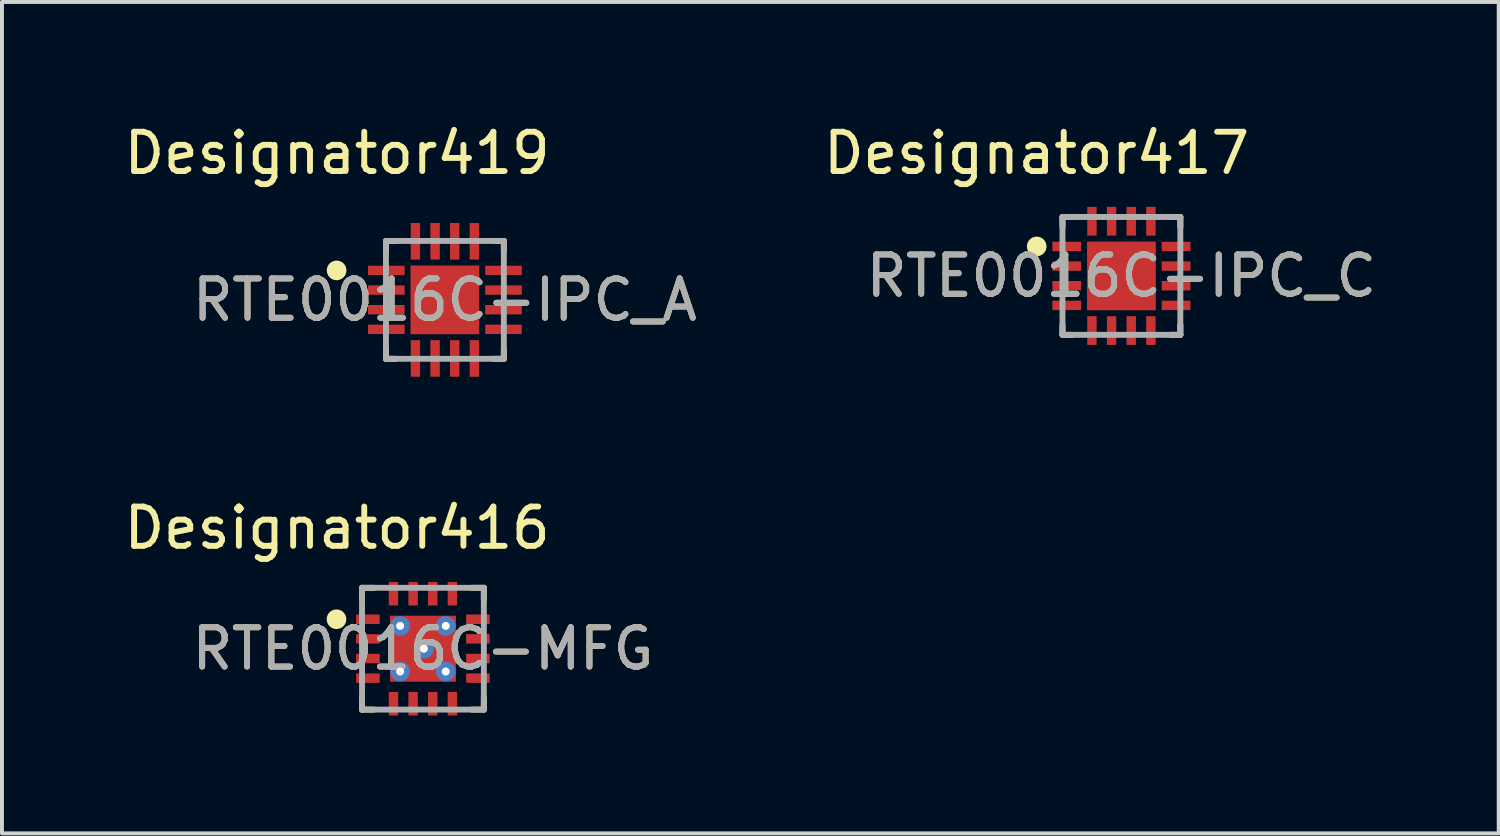
<source format=kicad_pcb>
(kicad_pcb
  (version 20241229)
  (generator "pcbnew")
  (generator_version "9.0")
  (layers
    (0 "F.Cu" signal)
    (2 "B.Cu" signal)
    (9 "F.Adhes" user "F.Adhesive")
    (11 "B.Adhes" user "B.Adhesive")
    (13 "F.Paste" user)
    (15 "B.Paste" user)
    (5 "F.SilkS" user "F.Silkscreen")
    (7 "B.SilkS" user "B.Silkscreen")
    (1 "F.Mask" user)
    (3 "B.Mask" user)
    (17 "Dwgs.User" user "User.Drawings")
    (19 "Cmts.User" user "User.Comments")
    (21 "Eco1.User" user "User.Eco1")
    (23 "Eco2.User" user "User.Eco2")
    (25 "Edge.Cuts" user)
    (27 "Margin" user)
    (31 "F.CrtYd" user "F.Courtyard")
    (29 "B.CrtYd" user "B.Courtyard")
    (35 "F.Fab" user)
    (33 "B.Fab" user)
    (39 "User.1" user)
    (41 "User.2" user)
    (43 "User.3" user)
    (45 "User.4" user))
  (footprint "RTE0016C-IPC_A"
    (layer "F.Cu")
    (at 8.273 4.582)
    (property "Reference" "RTE0016C-IPC_A" (at 0 0 0) (unlocked yes) (layer "F.SilkS") (effects (font (size 1 1) (thickness 0.15))))
    (attr smd)
    (fp_line (start -1.5 -1.5) (end -1.25 -1.5) (stroke (width 0.15) (type solid)) (layer "F.SilkS"))
    (fp_line (start -1.5 -1.25) (end -1.5 -1.5) (stroke (width 0.15) (type solid)) (layer "F.SilkS"))
    (fp_line (start -1.5 1.5) (end -1.5 1.25) (stroke (width 0.15) (type solid)) (layer "F.SilkS"))
    (fp_line (start -1.5 1.5) (end -1.25 1.5) (stroke (width 0.15) (type solid)) (layer "F.SilkS"))
    (fp_line (start 1.25 -1.5) (end 1.5 -1.5) (stroke (width 0.15) (type solid)) (layer "F.SilkS"))
    (fp_line (start 1.25 1.5) (end 1.5 1.5) (stroke (width 0.15) (type solid)) (layer "F.SilkS"))
    (fp_line (start 1.5 -1.25) (end 1.5 -1.5) (stroke (width 0.15) (type solid)) (layer "F.SilkS"))
    (fp_line (start 1.5 1.5) (end 1.5 1.25) (stroke (width 0.15) (type solid)) (layer "F.SilkS"))
    (fp_circle (center -2.756 -0.75) (end -2.631 -0.75) (stroke (width 0.25) (type solid)) (fill no) (layer "F.SilkS"))
    (fp_poly (pts (xy -0.553 0.553) (xy 0.553 0.553) (xy 0.553 -0.553) (xy -0.553 -0.553)) (stroke (width 0) (type solid)) (fill yes) (layer "F.Paste"))
    (fp_line (start -1.5 -1.5) (end 1.5 -1.5) (stroke (width 0.15) (type solid)) (layer "F.Fab"))
    (fp_line (start -1.5 1.5) (end -1.5 -1.5) (stroke (width 0.15) (type solid)) (layer "F.Fab"))
    (fp_line (start -1.5 1.5) (end 1.5 1.5) (stroke (width 0.15) (type solid)) (layer "F.Fab"))
    (fp_line (start 1.5 1.5) (end 1.5 -1.5) (stroke (width 0.15) (type solid)) (layer "F.Fab"))
    (fp_text user "Designator419" (at -2.743 -3.734 0) (unlocked yes) (layer "F.SilkS") (effects (font (size 1 1) (thickness 0.15))))
    (fp_text user "${REFERENCE}" (at 0 0 0) (unlocked yes) (layer "F.Fab") (effects (font (size 1 1) (thickness 0.15))))
    (pad "1" smd rect (at -1.491 -0.75 90) (size 0.239 0.931) (layers "F.Cu" "F.Mask" "F.Paste"))
    (pad "2" smd rect (at -1.491 -0.25 90) (size 0.239 0.931) (layers "F.Cu" "F.Mask" "F.Paste"))
    (pad "3" smd rect (at -1.491 0.25 90) (size 0.239 0.931) (layers "F.Cu" "F.Mask" "F.Paste"))
    (pad "4" smd rect (at -1.491 0.75 90) (size 0.239 0.931) (layers "F.Cu" "F.Mask" "F.Paste"))
    (pad "5" smd rect (at -0.75 1.491) (size 0.239 0.931) (layers "F.Cu" "F.Mask" "F.Paste"))
    (pad "6" smd rect (at -0.25 1.491) (size 0.239 0.931) (layers "F.Cu" "F.Mask" "F.Paste"))
    (pad "7" smd rect (at 0.25 1.491) (size 0.239 0.931) (layers "F.Cu" "F.Mask" "F.Paste"))
    (pad "8" smd rect (at 0.75 1.491) (size 0.239 0.931) (layers "F.Cu" "F.Mask" "F.Paste"))
    (pad "9" smd rect (at 1.491 0.75 90) (size 0.239 0.931) (layers "F.Cu" "F.Mask" "F.Paste"))
    (pad "10" smd rect (at 1.491 0.25 90) (size 0.239 0.931) (layers "F.Cu" "F.Mask" "F.Paste"))
    (pad "11" smd rect (at 1.491 -0.25 90) (size 0.239 0.931) (layers "F.Cu" "F.Mask" "F.Paste"))
    (pad "12" smd rect (at 1.491 -0.75 90) (size 0.239 0.931) (layers "F.Cu" "F.Mask" "F.Paste"))
    (pad "13" smd rect (at 0.75 -1.491) (size 0.239 0.931) (layers "F.Cu" "F.Mask" "F.Paste"))
    (pad "14" smd rect (at 0.25 -1.491) (size 0.239 0.931) (layers "F.Cu" "F.Mask" "F.Paste"))
    (pad "15" smd rect (at -0.25 -1.491) (size 0.239 0.931) (layers "F.Cu" "F.Mask" "F.Paste"))
    (pad "16" smd rect (at -0.75 -1.491) (size 0.239 0.931) (layers "F.Cu" "F.Mask" "F.Paste"))
    (pad "17" smd rect (at 0 0) (size 1.75 1.75) (layers "F.Cu" "F.Mask")))
  (footprint "RTE0016C-MFG"
    (layer "F.Cu")
    (at 7.714 13.46)
    (property "Reference" "RTE0016C-MFG" (at 0 0 0) (unlocked yes) (layer "F.SilkS") (effects (font (size 1 1) (thickness 0.15))))
    (attr smd)
    (fp_line (start -1.55 -1.55) (end -1.245 -1.55) (stroke (width 0.15) (type solid)) (layer "F.SilkS"))
    (fp_line (start -1.55 -1.245) (end -1.55 -1.55) (stroke (width 0.15) (type solid)) (layer "F.SilkS"))
    (fp_line (start -1.55 1.55) (end -1.55 1.245) (stroke (width 0.15) (type solid)) (layer "F.SilkS"))
    (fp_line (start -1.55 1.55) (end -1.245 1.55) (stroke (width 0.15) (type solid)) (layer "F.SilkS"))
    (fp_line (start 1.245 -1.55) (end 1.55 -1.55) (stroke (width 0.15) (type solid)) (layer "F.SilkS"))
    (fp_line (start 1.245 1.55) (end 1.55 1.55) (stroke (width 0.15) (type solid)) (layer "F.SilkS"))
    (fp_line (start 1.55 -1.245) (end 1.55 -1.55) (stroke (width 0.15) (type solid)) (layer "F.SilkS"))
    (fp_line (start 1.55 1.55) (end 1.55 1.245) (stroke (width 0.15) (type solid)) (layer "F.SilkS"))
    (fp_circle (center -2.2 -0.75) (end -2.075 -0.75) (stroke (width 0.25) (type solid)) (fill no) (layer "F.SilkS"))
    (fp_poly (pts (xy 0.775 -0.725) (xy 0.775 0.725) (xy 0.725 0.775) (xy -0.725 0.775) (xy -0.775 0.725) (xy -0.775 -0.725) (xy -0.725 -0.775) (xy 0.725 -0.775)) (stroke (width 0) (type solid)) (fill yes) (layer "F.Paste"))
    (fp_line (start -1.55 -1.55) (end 1.55 -1.55) (stroke (width 0.15) (type solid)) (layer "F.Fab"))
    (fp_line (start -1.55 1.55) (end -1.55 -1.55) (stroke (width 0.15) (type solid)) (layer "F.Fab"))
    (fp_line (start -1.55 1.55) (end 1.55 1.55) (stroke (width 0.15) (type solid)) (layer "F.Fab"))
    (fp_line (start 1.55 1.55) (end 1.55 -1.55) (stroke (width 0.15) (type solid)) (layer "F.Fab"))
    (fp_text user "Designator416" (at -2.184 -3.073 0) (unlocked yes) (layer "F.SilkS") (effects (font (size 1 1) (thickness 0.15))))
    (fp_text user "${REFERENCE}" (at 0 0 0) (unlocked yes) (layer "F.Fab") (effects (font (size 1 1) (thickness 0.15))))
    (pad "1" smd rect (at -1.4 -0.75) (size 0.6 0.24) (layers "F.Cu" "F.Mask" "F.Paste"))
    (pad "2" smd rect (at -1.4 -0.25) (size 0.6 0.24) (layers "F.Cu" "F.Mask" "F.Paste"))
    (pad "3" smd rect (at -1.4 0.25) (size 0.6 0.24) (layers "F.Cu" "F.Mask" "F.Paste"))
    (pad "4" smd rect (at -1.4 0.75) (size 0.6 0.24) (layers "F.Cu" "F.Mask" "F.Paste"))
    (pad "5" smd rect (at -0.75 1.4 90) (size 0.6 0.24) (layers "F.Cu" "F.Mask" "F.Paste"))
    (pad "6" smd rect (at -0.25 1.4 90) (size 0.6 0.24) (layers "F.Cu" "F.Mask" "F.Paste"))
    (pad "7" smd rect (at 0.25 1.4 90) (size 0.6 0.24) (layers "F.Cu" "F.Mask" "F.Paste"))
    (pad "8" smd rect (at 0.75 1.4 90) (size 0.6 0.24) (layers "F.Cu" "F.Mask" "F.Paste"))
    (pad "9" smd rect (at 1.4 0.75) (size 0.6 0.24) (layers "F.Cu" "F.Mask" "F.Paste"))
    (pad "10" smd rect (at 1.4 0.25) (size 0.6 0.24) (layers "F.Cu" "F.Mask" "F.Paste"))
    (pad "11" smd rect (at 1.4 -0.25) (size 0.6 0.24) (layers "F.Cu" "F.Mask" "F.Paste"))
    (pad "12" smd rect (at 1.4 -0.75) (size 0.6 0.24) (layers "F.Cu" "F.Mask" "F.Paste"))
    (pad "13" smd rect (at 0.75 -1.4 90) (size 0.6 0.24) (layers "F.Cu" "F.Mask" "F.Paste"))
    (pad "14" smd rect (at 0.25 -1.4 90) (size 0.6 0.24) (layers "F.Cu" "F.Mask" "F.Paste"))
    (pad "15" smd rect (at -0.25 -1.4 90) (size 0.6 0.24) (layers "F.Cu" "F.Mask" "F.Paste"))
    (pad "16" smd rect (at -0.75 -1.4 90) (size 0.6 0.24) (layers "F.Cu" "F.Mask" "F.Paste"))
    (pad "17" smd rect (at 0 0) (size 1.68 1.68) (layers "F.Cu" "F.Mask"))
    (pad "18" thru_hole circle (at -0.58 -0.58) (size 0.5 0.5) (drill 0.203) (layers "*.Cu" "*.Mask"))
    (pad "19" thru_hole circle (at 0.58 -0.58) (size 0.5 0.5) (drill 0.203) (layers "*.Cu" "*.Mask"))
    (pad "20" thru_hole circle (at -0.58 0.58) (size 0.5 0.5) (drill 0.203) (layers "*.Cu" "*.Mask"))
    (pad "21" thru_hole circle (at 0.58 0.58) (size 0.5 0.5) (drill 0.203) (layers "*.Cu" "*.Mask"))
    (pad "22" thru_hole circle (at 0.025 0) (size 0.5 0.5) (drill 0.203) (layers "*.Cu" "*.Mask")))
  (footprint "RTE0016C-IPC_C"
    (layer "F.Cu")
    (at 25.491 3.972)
    (property "Reference" "RTE0016C-IPC_C" (at 0 0 0) (unlocked yes) (layer "F.SilkS") (effects (font (size 1 1) (thickness 0.15))))
    (attr smd)
    (fp_line (start -1.5 -1.5) (end -1.25 -1.5) (stroke (width 0.15) (type solid)) (layer "F.SilkS"))
    (fp_line (start -1.5 -1.25) (end -1.5 -1.5) (stroke (width 0.15) (type solid)) (layer "F.SilkS"))
    (fp_line (start -1.5 1.5) (end -1.5 1.25) (stroke (width 0.15) (type solid)) (layer "F.SilkS"))
    (fp_line (start -1.5 1.5) (end -1.25 1.5) (stroke (width 0.15) (type solid)) (layer "F.SilkS"))
    (fp_line (start 1.25 -1.5) (end 1.5 -1.5) (stroke (width 0.15) (type solid)) (layer "F.SilkS"))
    (fp_line (start 1.25 1.5) (end 1.5 1.5) (stroke (width 0.15) (type solid)) (layer "F.SilkS"))
    (fp_line (start 1.5 -1.25) (end 1.5 -1.5) (stroke (width 0.15) (type solid)) (layer "F.SilkS"))
    (fp_line (start 1.5 1.5) (end 1.5 1.25) (stroke (width 0.15) (type solid)) (layer "F.SilkS"))
    (fp_circle (center -2.156 -0.75) (end -2.031 -0.75) (stroke (width 0.25) (type solid)) (fill no) (layer "F.SilkS"))
    (fp_poly (pts (xy -0.553 0.553) (xy 0.553 0.553) (xy 0.553 -0.553) (xy -0.553 -0.553)) (stroke (width 0) (type solid)) (fill yes) (layer "F.Paste"))
    (fp_line (start -1.5 -1.5) (end 1.5 -1.5) (stroke (width 0.15) (type solid)) (layer "F.Fab"))
    (fp_line (start -1.5 1.5) (end -1.5 -1.5) (stroke (width 0.15) (type solid)) (layer "F.Fab"))
    (fp_line (start -1.5 1.5) (end 1.5 1.5) (stroke (width 0.15) (type solid)) (layer "F.Fab"))
    (fp_line (start 1.5 1.5) (end 1.5 -1.5) (stroke (width 0.15) (type solid)) (layer "F.Fab"))
    (fp_text user "Designator417" (at -2.159 -3.124 0) (unlocked yes) (layer "F.SilkS") (effects (font (size 1 1) (thickness 0.15))))
    (fp_text user "${REFERENCE}" (at 0 0 0) (unlocked yes) (layer "F.Fab") (effects (font (size 1 1) (thickness 0.15))))
    (pad "1" smd rect (at -1.391 -0.75 90) (size 0.239 0.731) (layers "F.Cu" "F.Mask" "F.Paste"))
    (pad "2" smd rect (at -1.391 -0.25 90) (size 0.239 0.731) (layers "F.Cu" "F.Mask" "F.Paste"))
    (pad "3" smd rect (at -1.391 0.25 90) (size 0.239 0.731) (layers "F.Cu" "F.Mask" "F.Paste"))
    (pad "4" smd rect (at -1.391 0.75 90) (size 0.239 0.731) (layers "F.Cu" "F.Mask" "F.Paste"))
    (pad "5" smd rect (at -0.75 1.391) (size 0.239 0.731) (layers "F.Cu" "F.Mask" "F.Paste"))
    (pad "6" smd rect (at -0.25 1.391) (size 0.239 0.731) (layers "F.Cu" "F.Mask" "F.Paste"))
    (pad "7" smd rect (at 0.25 1.391) (size 0.239 0.731) (layers "F.Cu" "F.Mask" "F.Paste"))
    (pad "8" smd rect (at 0.75 1.391) (size 0.239 0.731) (layers "F.Cu" "F.Mask" "F.Paste"))
    (pad "9" smd rect (at 1.391 0.75 90) (size 0.239 0.731) (layers "F.Cu" "F.Mask" "F.Paste"))
    (pad "10" smd rect (at 1.391 0.25 90) (size 0.239 0.731) (layers "F.Cu" "F.Mask" "F.Paste"))
    (pad "11" smd rect (at 1.391 -0.25 90) (size 0.239 0.731) (layers "F.Cu" "F.Mask" "F.Paste"))
    (pad "12" smd rect (at 1.391 -0.75 90) (size 0.239 0.731) (layers "F.Cu" "F.Mask" "F.Paste"))
    (pad "13" smd rect (at 0.75 -1.391) (size 0.239 0.731) (layers "F.Cu" "F.Mask" "F.Paste"))
    (pad "14" smd rect (at 0.25 -1.391) (size 0.239 0.731) (layers "F.Cu" "F.Mask" "F.Paste"))
    (pad "15" smd rect (at -0.25 -1.391) (size 0.239 0.731) (layers "F.Cu" "F.Mask" "F.Paste"))
    (pad "16" smd rect (at -0.75 -1.391) (size 0.239 0.731) (layers "F.Cu" "F.Mask" "F.Paste"))
    (pad "17" smd rect (at 0 0) (size 1.75 1.75) (layers "F.Cu" "F.Mask")))
  (gr_rect
    (start -3 -3)
    (end 35.093 18.16)
    (stroke (width 0.1) (type default))
    (fill no)
    (layer "Edge.Cuts")))
</source>
